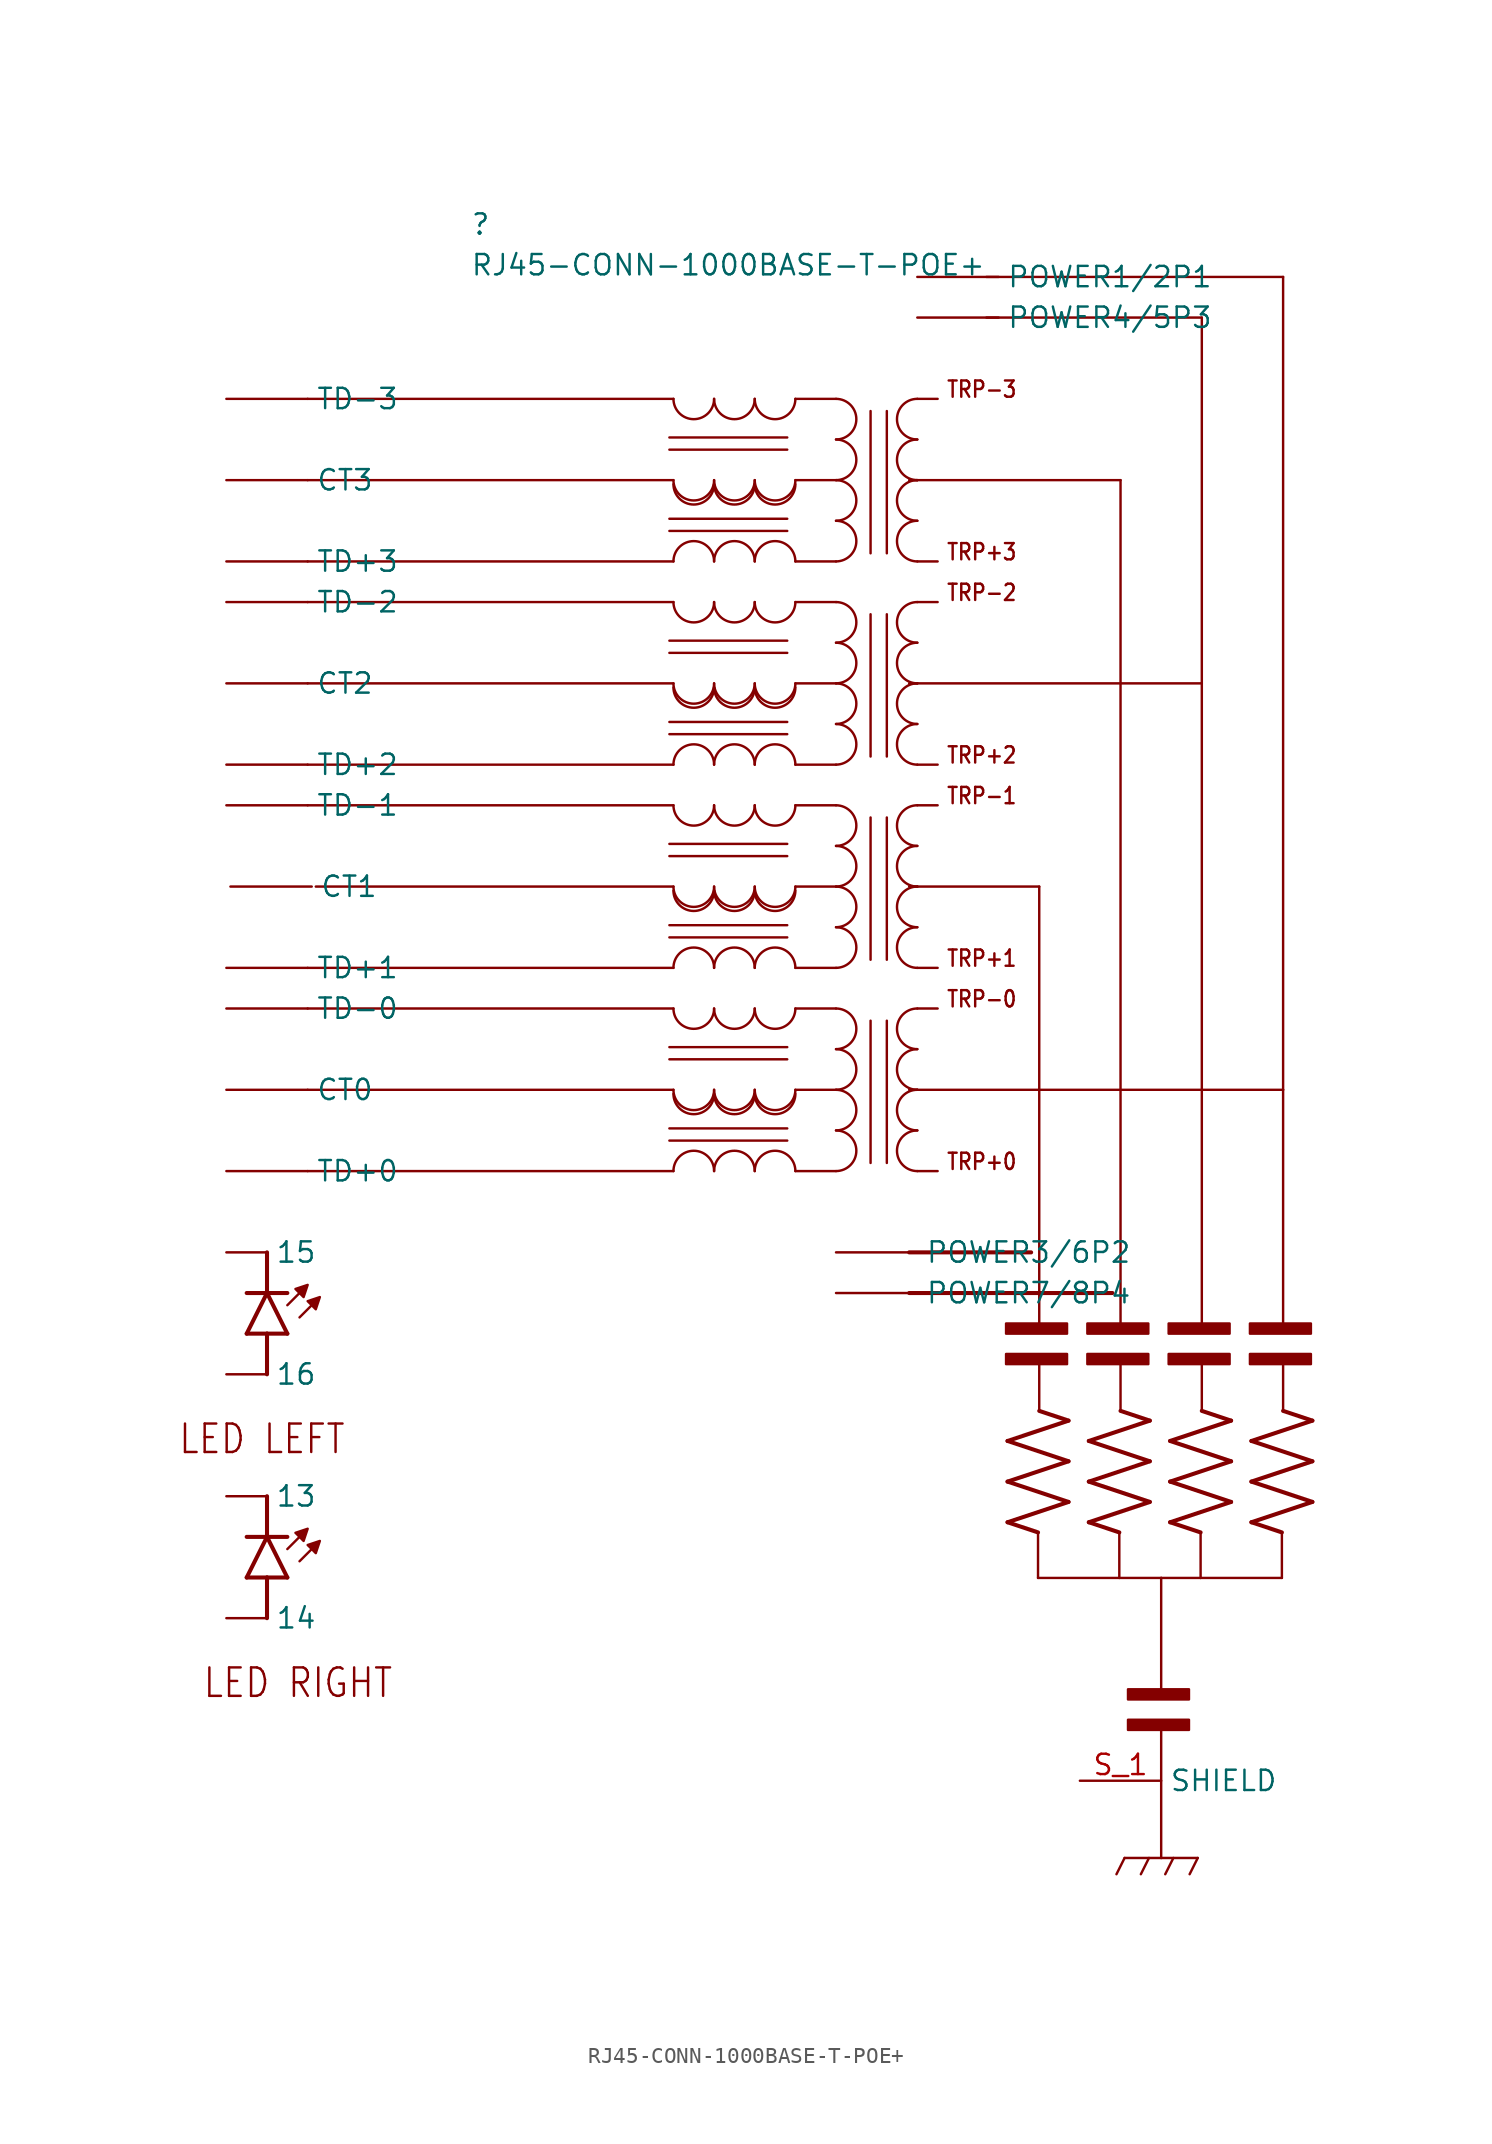
<source format=kicad_sym>
(kicad_symbol_lib
  (version 20211014)
  (generator kicad_symbol_editor)
  (symbol "RJ45-CONN-1000BASE-T-POE+"
    (pin_names)
    (property "Reference" ""
      (at -30.48 50.8 0)
      (effects (font (size 1.27 1.27)) (justify left bottom)))
    (property "Value" "RJ45-CONN-1000BASE-T-POE+"
      (at -30.48 48.26 0)
      (effects (font (size 1.27 1.27)) (justify left bottom)))
    (property "Datasheet" ""
      (at 0 0 0))
    (property "ki_fp_filters" "FlashPCB_Connectors:RJ45_THT_RA_MOLEX-0857891006"
      (at 0 0 0))
    (symbol "RJ45-CONN-1000BASE-T-POE+_1_1"
      (text "TRP-3" (at -0.762 40.64 0) (effects (font (size 1.016 0.869)) (justify left bottom)))
      (text "TRP+3" (at -0.762 30.48 0) (effects (font (size 1.016 0.869)) (justify left bottom)))
      (text "TRP-2" (at -0.762 27.94 0) (effects (font (size 1.016 0.869)) (justify left bottom)))
      (text "TRP+2" (at -0.762 17.78 0) (effects (font (size 1.016 0.869)) (justify left bottom)))
      (text "TRP-1" (at -0.762 15.24 0) (effects (font (size 1.016 0.869)) (justify left bottom)))
      (text "TRP+1" (at -0.762 5.08 0) (effects (font (size 1.016 0.869)) (justify left bottom)))
      (text "TRP-0" (at -0.762 2.54 0) (effects (font (size 1.016 0.869)) (justify left bottom)))
      (text "TRP+0" (at -0.762 -7.62 0) (effects (font (size 1.016 0.869)) (justify left bottom)))
      (text "LED LEFT" (at -48.768 -25.4 0) (effects (font (size 1.778 1.52)) (justify left bottom)))
      (text "LED RIGHT" (at -47.244 -40.64 0) (effects (font (size 1.778 1.52)) (justify left bottom)))
      (rectangle (start 3.007 -19.685) (end 6.817 -19.05) (stroke (width 0)) (fill (type outline)))
      (rectangle (start 3.007 -17.78) (end 6.817 -17.145) (stroke (width 0)) (fill (type outline)))
      (rectangle (start 8.087 -19.685) (end 11.897 -19.05) (stroke (width 0)) (fill (type outline)))
      (rectangle (start 8.087 -17.78) (end 11.897 -17.145) (stroke (width 0)) (fill (type outline)))
      (rectangle (start 13.167 -19.685) (end 16.977 -19.05) (stroke (width 0)) (fill (type outline)))
      (rectangle (start 13.167 -17.78) (end 16.977 -17.145) (stroke (width 0)) (fill (type outline)))
      (rectangle (start 18.247 -19.685) (end 22.057 -19.05) (stroke (width 0)) (fill (type outline)))
      (rectangle (start 18.247 -17.78) (end 22.057 -17.145) (stroke (width 0)) (fill (type outline)))
      (rectangle (start 10.627 -42.545) (end 14.437 -41.91) (stroke (width 0)) (fill (type outline)))
      (rectangle (start 10.627 -40.64) (end 14.437 -40.005) (stroke (width 0)) (fill (type outline)))
      (polyline (pts (xy -40.132 -16.256) (xy -39.878 -15.494) (xy -40.64 -15.748) (xy -40.132 -16.256)) (stroke (width 0.152) (type default)) (fill (type outline)))
      (polyline (pts (xy -40.894 -15.494) (xy -40.64 -14.732) (xy -41.402 -14.986) (xy -40.894 -15.494)) (stroke (width 0.152) (type default)) (fill (type outline)))
      (polyline (pts (xy -40.132 -31.496) (xy -39.878 -30.734) (xy -40.64 -30.988) (xy -40.132 -31.496)) (stroke (width 0.152) (type default)) (fill (type outline)))
      (polyline (pts (xy -40.894 -30.734) (xy -40.64 -29.972) (xy -41.402 -30.226) (xy -40.894 -30.734)) (stroke (width 0.152) (type default)) (fill (type outline)))
      (arc (start -2.54 38.1) (mid -3.8099999999999996 36.83) (end -2.54 35.56) (stroke (width 0.1524) (type default)) (fill (type none)))
      (arc (start -2.54 35.56) (mid -3.8099999999999996 34.290000000000006) (end -2.54 33.02) (stroke (width 0.1524) (type default)) (fill (type none)))
      (arc (start -2.54 33.02) (mid -3.8100000000000014 31.75) (end -2.54 30.48) (stroke (width 0.1524) (type default)) (fill (type none)))
      (polyline (pts (xy -5.461 39.878) (xy -5.461 30.988)) (stroke (width 0.152)) (fill (type none)))
      (polyline (pts (xy -4.445 39.878) (xy -4.445 30.988)) (stroke (width 0.152)) (fill (type none)))
      (arc (start -2.54 40.64) (mid -3.8099999999999996 39.370000000000005) (end -2.54 38.1) (stroke (width 0.1524) (type default)) (fill (type none)))
      (arc (start -7.62 35.56) (mid -6.3500000000000005 36.83) (end -7.62 38.1) (stroke (width 0.1524) (type default)) (fill (type none)))
      (arc (start -7.62 33.02) (mid -6.3500000000000005 34.290000000000006) (end -7.62 35.56) (stroke (width 0.1524) (type default)) (fill (type none)))
      (arc (start -7.62 30.48) (mid -6.349999999999999 31.75) (end -7.62 33.02) (stroke (width 0.1524) (type default)) (fill (type none)))
      (arc (start -7.62 38.1) (mid -6.3500000000000005 39.370000000000005) (end -7.62 40.64) (stroke (width 0.1524) (type default)) (fill (type none)))
      (arc (start -15.24 35.56) (mid -13.969999999999999 34.29) (end -12.7 35.56) (stroke (width 0.1524) (type default)) (fill (type none)))
      (arc (start -17.78 35.56) (mid -16.51 34.29) (end -15.24 35.56) (stroke (width 0.1524) (type default)) (fill (type none)))
      (arc (start -12.7 35.56) (mid -11.43 34.290000000000006) (end -10.16 35.56) (stroke (width 0.1524) (type default)) (fill (type none)))
      (polyline (pts (xy -10.16 35.56) (xy -7.62 35.56)) (stroke (width 0.152)) (fill (type none)))
      (arc (start -15.24 40.64) (mid -13.969999999999999 39.37) (end -12.7 40.64) (stroke (width 0.1524) (type default)) (fill (type none)))
      (arc (start -17.78 40.64) (mid -16.51 39.37) (end -15.24 40.64) (stroke (width 0.1524) (type default)) (fill (type none)))
      (arc (start -12.7 40.64) (mid -11.43 39.370000000000005) (end -10.16 40.64) (stroke (width 0.1524) (type default)) (fill (type none)))
      (polyline (pts (xy -10.16 40.64) (xy -7.62 40.64)) (stroke (width 0.152)) (fill (type none)))
      (polyline (pts (xy -10.668 37.465) (xy -18.034 37.465)) (stroke (width 0.152)) (fill (type none)))
      (polyline (pts (xy -10.668 38.227) (xy -18.034 38.227)) (stroke (width 0.152)) (fill (type none)))
      (arc (start -12.7 30.48) (mid -13.969999999999999 31.75) (end -15.24 30.48) (stroke (width 0.1524) (type default)) (fill (type none)))
      (arc (start -15.24 30.48) (mid -16.51 31.75) (end -17.78 30.48) (stroke (width 0.1524) (type default)) (fill (type none)))
      (arc (start -10.16 30.48) (mid -11.43 31.75) (end -12.7 30.48) (stroke (width 0.1524) (type default)) (fill (type none)))
      (polyline (pts (xy -10.16 30.48) (xy -7.62 30.48)) (stroke (width 0.152)) (fill (type none)))
      (polyline (pts (xy -10.668 32.385) (xy -18.034 32.385)) (stroke (width 0.152)) (fill (type none)))
      (polyline (pts (xy -10.668 33.147) (xy -18.034 33.147)) (stroke (width 0.152)) (fill (type none)))
      (polyline (pts (xy -3.048 35.56) (xy -2.54 35.56)) (stroke (width 0.152)) (fill (type none)))
      (polyline (pts (xy -2.54 35.56) (xy 10.16 35.56)) (stroke (width 0.152)) (fill (type none)))
      (polyline (pts (xy 3.099 -29.566) (xy 6.909 -28.296)) (stroke (width 0.254)) (fill (type none)))
      (polyline (pts (xy 6.909 -28.296) (xy 3.099 -27.026)) (stroke (width 0.254)) (fill (type none)))
      (polyline (pts (xy 3.099 -27.026) (xy 6.909 -25.756)) (stroke (width 0.254)) (fill (type none)))
      (polyline (pts (xy 6.909 -25.756) (xy 3.099 -24.486)) (stroke (width 0.254)) (fill (type none)))
      (polyline (pts (xy 3.099 -24.486) (xy 6.909 -23.216)) (stroke (width 0.254)) (fill (type none)))
      (polyline (pts (xy 6.909 -23.216) (xy 5.08 -22.606)) (stroke (width 0.254)) (fill (type none)))
      (polyline (pts (xy 5.004 -30.201) (xy 3.099 -29.566)) (stroke (width 0.254)) (fill (type none)))
      (polyline (pts (xy 5.08 -17.272) (xy 5.08 10.16)) (stroke (width 0.152)) (fill (type none)))
      (polyline (pts (xy 5.08 -22.606) (xy 5.08 -19.558)) (stroke (width 0.152)) (fill (type none)))
      (polyline (pts (xy 8.179 -29.566) (xy 11.989 -28.296)) (stroke (width 0.254)) (fill (type none)))
      (polyline (pts (xy 11.989 -28.296) (xy 8.179 -27.026)) (stroke (width 0.254)) (fill (type none)))
      (polyline (pts (xy 8.179 -27.026) (xy 11.989 -25.756)) (stroke (width 0.254)) (fill (type none)))
      (polyline (pts (xy 11.989 -25.756) (xy 8.179 -24.486)) (stroke (width 0.254)) (fill (type none)))
      (polyline (pts (xy 8.179 -24.486) (xy 11.989 -23.216)) (stroke (width 0.254)) (fill (type none)))
      (polyline (pts (xy 11.989 -23.216) (xy 10.16 -22.606)) (stroke (width 0.254)) (fill (type none)))
      (polyline (pts (xy 10.084 -30.201) (xy 8.179 -29.566)) (stroke (width 0.254)) (fill (type none)))
      (polyline (pts (xy 10.16 -17.272) (xy 10.16 35.56)) (stroke (width 0.152)) (fill (type none)))
      (polyline (pts (xy 10.16 -22.606) (xy 10.16 -19.558)) (stroke (width 0.152)) (fill (type none)))
      (polyline (pts (xy 13.259 -29.566) (xy 17.069 -28.296)) (stroke (width 0.254)) (fill (type none)))
      (polyline (pts (xy 17.069 -28.296) (xy 13.259 -27.026)) (stroke (width 0.254)) (fill (type none)))
      (polyline (pts (xy 13.259 -27.026) (xy 17.069 -25.756)) (stroke (width 0.254)) (fill (type none)))
      (polyline (pts (xy 17.069 -25.756) (xy 13.259 -24.486)) (stroke (width 0.254)) (fill (type none)))
      (polyline (pts (xy 13.259 -24.486) (xy 17.069 -23.216)) (stroke (width 0.254)) (fill (type none)))
      (polyline (pts (xy 17.069 -23.216) (xy 15.24 -22.606)) (stroke (width 0.254)) (fill (type none)))
      (polyline (pts (xy 15.164 -30.201) (xy 13.259 -29.566)) (stroke (width 0.254)) (fill (type none)))
      (polyline (pts (xy 15.24 -17.272) (xy 15.24 22.86)) (stroke (width 0.152)) (fill (type none)))
      (polyline (pts (xy 15.24 22.86) (xy 15.24 45.72)) (stroke (width 0.152)) (fill (type none)))
      (polyline (pts (xy 15.24 -22.606) (xy 15.24 -19.558)) (stroke (width 0.152)) (fill (type none)))
      (polyline (pts (xy 18.339 -29.566) (xy 22.149 -28.296)) (stroke (width 0.254)) (fill (type none)))
      (polyline (pts (xy 22.149 -28.296) (xy 18.339 -27.026)) (stroke (width 0.254)) (fill (type none)))
      (polyline (pts (xy 18.339 -27.026) (xy 22.149 -25.756)) (stroke (width 0.254)) (fill (type none)))
      (polyline (pts (xy 22.149 -25.756) (xy 18.339 -24.486)) (stroke (width 0.254)) (fill (type none)))
      (polyline (pts (xy 18.339 -24.486) (xy 22.149 -23.216)) (stroke (width 0.254)) (fill (type none)))
      (polyline (pts (xy 22.149 -23.216) (xy 20.32 -22.606)) (stroke (width 0.254)) (fill (type none)))
      (polyline (pts (xy 20.244 -30.201) (xy 18.339 -29.566)) (stroke (width 0.254)) (fill (type none)))
      (polyline (pts (xy 20.32 -17.272) (xy 20.32 -2.54)) (stroke (width 0.152)) (fill (type none)))
      (polyline (pts (xy 20.32 -2.54) (xy 20.32 48.26)) (stroke (width 0.152)) (fill (type none)))
      (polyline (pts (xy 20.32 -22.606) (xy 20.32 -19.558)) (stroke (width 0.152)) (fill (type none)))
      (polyline (pts (xy 12.7 -40.132) (xy 12.7 -33.045)) (stroke (width 0.152)) (fill (type none)))
      (polyline (pts (xy 12.7 -50.546) (xy 12.7 -42.418)) (stroke (width 0.152)) (fill (type none)))
      (polyline (pts (xy 5.004 -30.201) (xy 5.004 -33.045)) (stroke (width 0.152)) (fill (type none)))
      (polyline (pts (xy 5.004 -33.045) (xy 10.084 -33.045)) (stroke (width 0.152)) (fill (type none)))
      (polyline (pts (xy 10.084 -33.045) (xy 12.7 -33.045)) (stroke (width 0.152)) (fill (type none)))
      (polyline (pts (xy 10.084 -30.226) (xy 10.084 -33.045)) (stroke (width 0.152)) (fill (type none)))
      (polyline (pts (xy 12.7 -33.045) (xy 15.164 -33.045)) (stroke (width 0.152)) (fill (type none)))
      (polyline (pts (xy 15.164 -33.045) (xy 15.164 -30.226)) (stroke (width 0.152)) (fill (type none)))
      (polyline (pts (xy 15.164 -33.045) (xy 20.244 -33.045)) (stroke (width 0.152)) (fill (type none)))
      (polyline (pts (xy 20.244 -33.045) (xy 20.244 -30.226)) (stroke (width 0.152)) (fill (type none)))
      (polyline (pts (xy 12.7 -50.546) (xy 10.414 -50.546)) (stroke (width 0.152)) (fill (type none)))
      (polyline (pts (xy 12.7 -50.546) (xy 14.986 -50.546)) (stroke (width 0.152)) (fill (type none)))
      (polyline (pts (xy 10.414 -50.546) (xy 9.906 -51.562)) (stroke (width 0.152)) (fill (type none)))
      (polyline (pts (xy 11.938 -50.546) (xy 11.43 -51.562)) (stroke (width 0.152)) (fill (type none)))
      (polyline (pts (xy 13.462 -50.546) (xy 12.954 -51.562)) (stroke (width 0.152)) (fill (type none)))
      (polyline (pts (xy 14.986 -50.546) (xy 14.478 -51.562)) (stroke (width 0.152)) (fill (type none)))
      (polyline (pts (xy 15.24 45.72) (xy 1.778 45.72)) (stroke (width 0.152)) (fill (type none)))
      (polyline (pts (xy 20.32 48.26) (xy 1.778 48.26)) (stroke (width 0.152)) (fill (type none)))
      (polyline (pts (xy -17.78 40.64) (xy -40.64 40.64)) (stroke (width 0.152)) (fill (type none)))
      (polyline (pts (xy -17.78 35.56) (xy -40.64 35.56)) (stroke (width 0.152)) (fill (type none)))
      (polyline (pts (xy -17.78 30.48) (xy -40.64 30.48)) (stroke (width 0.152)) (fill (type none)))
      (polyline (pts (xy -2.54 40.64) (xy -1.27 40.64)) (stroke (width 0.152)) (fill (type none)))
      (polyline (pts (xy -44.45 -17.78) (xy -43.18 -15.24)) (stroke (width 0.254)) (fill (type none)))
      (polyline (pts (xy -43.18 -15.24) (xy -41.91 -17.78)) (stroke (width 0.254)) (fill (type none)))
      (polyline (pts (xy -44.45 -15.24) (xy -43.18 -15.24)) (stroke (width 0.254)) (fill (type none)))
      (polyline (pts (xy -43.18 -15.24) (xy -41.91 -15.24)) (stroke (width 0.254)) (fill (type none)))
      (polyline (pts (xy -44.45 -17.78) (xy -43.18 -17.78)) (stroke (width 0.254)) (fill (type none)))
      (polyline (pts (xy -43.18 -17.78) (xy -41.91 -17.78)) (stroke (width 0.254)) (fill (type none)))
      (polyline (pts (xy -41.148 -16.764) (xy -40.259 -15.875)) (stroke (width 0.152)) (fill (type none)))
      (polyline (pts (xy -41.91 -16.002) (xy -41.021 -15.113)) (stroke (width 0.152)) (fill (type none)))
      (polyline (pts (xy -43.18 -15.24) (xy -43.18 -12.7)) (stroke (width 0.254)) (fill (type none)))
      (polyline (pts (xy -43.18 -17.78) (xy -43.18 -20.32)) (stroke (width 0.254)) (fill (type none)))
      (polyline (pts (xy 4.572 -12.7) (xy -3.048 -12.7)) (stroke (width 0.254)) (fill (type none)))
      (polyline (pts (xy 9.652 -15.24) (xy -3.048 -15.24)) (stroke (width 0.254)) (fill (type none)))
      (arc (start -15.24 35.306) (mid -13.969999999999999 34.035999999999994) (end -12.7 35.306) (stroke (width 0.1524) (type default)) (fill (type none)))
      (arc (start -17.78 35.306) (mid -16.51 34.035999999999994) (end -15.24 35.306) (stroke (width 0.1524) (type default)) (fill (type none)))
      (arc (start -12.7 35.306) (mid -11.43 34.036) (end -10.16 35.306) (stroke (width 0.1524) (type default)) (fill (type none)))
      (arc (start -2.54 25.4) (mid -3.8099999999999996 24.13) (end -2.54 22.86) (stroke (width 0.1524) (type default)) (fill (type none)))
      (arc (start -2.54 22.86) (mid -3.8099999999999996 21.59) (end -2.54 20.32) (stroke (width 0.1524) (type default)) (fill (type none)))
      (arc (start -2.54 20.32) (mid -3.8099999999999996 19.05) (end -2.54 17.78) (stroke (width 0.1524) (type default)) (fill (type none)))
      (polyline (pts (xy -5.461 27.178) (xy -5.461 18.288)) (stroke (width 0.152)) (fill (type none)))
      (polyline (pts (xy -4.445 27.178) (xy -4.445 18.288)) (stroke (width 0.152)) (fill (type none)))
      (arc (start -2.54 27.94) (mid -3.8100000000000014 26.67) (end -2.54 25.4) (stroke (width 0.1524) (type default)) (fill (type none)))
      (arc (start -7.62 22.86) (mid -6.3500000000000005 24.13) (end -7.62 25.4) (stroke (width 0.1524) (type default)) (fill (type none)))
      (arc (start -7.62 20.32) (mid -6.3500000000000005 21.59) (end -7.62 22.86) (stroke (width 0.1524) (type default)) (fill (type none)))
      (arc (start -7.62 17.78) (mid -6.3500000000000005 19.05) (end -7.62 20.32) (stroke (width 0.1524) (type default)) (fill (type none)))
      (arc (start -7.62 25.4) (mid -6.349999999999999 26.67) (end -7.62 27.94) (stroke (width 0.1524) (type default)) (fill (type none)))
      (arc (start -15.24 22.86) (mid -13.969999999999999 21.59) (end -12.7 22.86) (stroke (width 0.1524) (type default)) (fill (type none)))
      (arc (start -17.78 22.86) (mid -16.51 21.59) (end -15.24 22.86) (stroke (width 0.1524) (type default)) (fill (type none)))
      (arc (start -12.7 22.86) (mid -11.43 21.59) (end -10.16 22.86) (stroke (width 0.1524) (type default)) (fill (type none)))
      (polyline (pts (xy -10.16 22.86) (xy -7.62 22.86)) (stroke (width 0.152)) (fill (type none)))
      (arc (start -15.24 27.94) (mid -13.969999999999999 26.67) (end -12.7 27.94) (stroke (width 0.1524) (type default)) (fill (type none)))
      (arc (start -17.78 27.94) (mid -16.51 26.67) (end -15.24 27.94) (stroke (width 0.1524) (type default)) (fill (type none)))
      (arc (start -12.7 27.94) (mid -11.43 26.67) (end -10.16 27.94) (stroke (width 0.1524) (type default)) (fill (type none)))
      (polyline (pts (xy -10.16 27.94) (xy -7.62 27.94)) (stroke (width 0.152)) (fill (type none)))
      (polyline (pts (xy -10.668 24.765) (xy -18.034 24.765)) (stroke (width 0.152)) (fill (type none)))
      (polyline (pts (xy -10.668 25.527) (xy -18.034 25.527)) (stroke (width 0.152)) (fill (type none)))
      (arc (start -12.7 17.78) (mid -13.969999999999999 19.05) (end -15.24 17.78) (stroke (width 0.1524) (type default)) (fill (type none)))
      (arc (start -15.24 17.78) (mid -16.51 19.05) (end -17.78 17.78) (stroke (width 0.1524) (type default)) (fill (type none)))
      (arc (start -10.16 17.78) (mid -11.43 19.05) (end -12.7 17.78) (stroke (width 0.1524) (type default)) (fill (type none)))
      (polyline (pts (xy -10.16 17.78) (xy -7.62 17.78)) (stroke (width 0.152)) (fill (type none)))
      (polyline (pts (xy -10.668 19.685) (xy -18.034 19.685)) (stroke (width 0.152)) (fill (type none)))
      (polyline (pts (xy -10.668 20.447) (xy -18.034 20.447)) (stroke (width 0.152)) (fill (type none)))
      (polyline (pts (xy -3.048 22.86) (xy -2.54 22.86)) (stroke (width 0.152)) (fill (type none)))
      (polyline (pts (xy -2.54 22.86) (xy 15.24 22.86)) (stroke (width 0.152)) (fill (type none)))
      (polyline (pts (xy -17.78 27.94) (xy -40.64 27.94)) (stroke (width 0.152)) (fill (type none)))
      (polyline (pts (xy -17.78 22.86) (xy -40.64 22.86)) (stroke (width 0.152)) (fill (type none)))
      (polyline (pts (xy -17.78 17.78) (xy -40.64 17.78)) (stroke (width 0.152)) (fill (type none)))
      (polyline (pts (xy -2.54 27.94) (xy -1.27 27.94)) (stroke (width 0.152)) (fill (type none)))
      (arc (start -15.24 22.606) (mid -13.969999999999999 21.336000000000002) (end -12.7 22.606) (stroke (width 0.1524) (type default)) (fill (type none)))
      (arc (start -17.78 22.606) (mid -16.51 21.336000000000002) (end -15.24 22.606) (stroke (width 0.1524) (type default)) (fill (type none)))
      (arc (start -12.7 22.606) (mid -11.43 21.336000000000002) (end -10.16 22.606) (stroke (width 0.1524) (type default)) (fill (type none)))
      (polyline (pts (xy -2.54 17.78) (xy -1.27 17.78)) (stroke (width 0.152)) (fill (type none)))
      (arc (start -2.54 12.7) (mid -3.8099999999999996 11.43) (end -2.54 10.16) (stroke (width 0.1524) (type default)) (fill (type none)))
      (arc (start -2.54 10.16) (mid -3.81 8.89) (end -2.54 7.62) (stroke (width 0.1524) (type default)) (fill (type none)))
      (arc (start -2.54 7.62) (mid -3.81 6.35) (end -2.54 5.08) (stroke (width 0.1524) (type default)) (fill (type none)))
      (polyline (pts (xy -5.461 14.478) (xy -5.461 5.588)) (stroke (width 0.152)) (fill (type none)))
      (polyline (pts (xy -4.445 14.478) (xy -4.445 5.588)) (stroke (width 0.152)) (fill (type none)))
      (arc (start -2.54 15.24) (mid -3.8100000000000005 13.969999999999999) (end -2.54 12.7) (stroke (width 0.1524) (type default)) (fill (type none)))
      (arc (start -7.62 10.16) (mid -6.3500000000000005 11.43) (end -7.62 12.7) (stroke (width 0.1524) (type default)) (fill (type none)))
      (arc (start -7.62 7.62) (mid -6.35 8.89) (end -7.62 10.16) (stroke (width 0.1524) (type default)) (fill (type none)))
      (arc (start -7.62 5.08) (mid -6.35 6.35) (end -7.62 7.62) (stroke (width 0.1524) (type default)) (fill (type none)))
      (arc (start -7.62 12.7) (mid -6.35 13.969999999999999) (end -7.62 15.24) (stroke (width 0.1524) (type default)) (fill (type none)))
      (arc (start -15.24 10.16) (mid -13.969999999999999 8.89) (end -12.7 10.16) (stroke (width 0.1524) (type default)) (fill (type none)))
      (arc (start -17.78 10.16) (mid -16.51 8.89) (end -15.24 10.16) (stroke (width 0.1524) (type default)) (fill (type none)))
      (arc (start -12.7 10.16) (mid -11.43 8.89) (end -10.16 10.16) (stroke (width 0.1524) (type default)) (fill (type none)))
      (polyline (pts (xy -10.16 10.16) (xy -7.62 10.16)) (stroke (width 0.152)) (fill (type none)))
      (arc (start -15.24 15.24) (mid -13.969999999999999 13.969999999999999) (end -12.7 15.24) (stroke (width 0.1524) (type default)) (fill (type none)))
      (arc (start -17.78 15.24) (mid -16.51 13.969999999999999) (end -15.24 15.24) (stroke (width 0.1524) (type default)) (fill (type none)))
      (arc (start -12.7 15.24) (mid -11.43 13.97) (end -10.16 15.24) (stroke (width 0.1524) (type default)) (fill (type none)))
      (polyline (pts (xy -10.16 15.24) (xy -7.62 15.24)) (stroke (width 0.152)) (fill (type none)))
      (polyline (pts (xy -10.668 12.065) (xy -18.034 12.065)) (stroke (width 0.152)) (fill (type none)))
      (polyline (pts (xy -10.668 12.827) (xy -18.034 12.827)) (stroke (width 0.152)) (fill (type none)))
      (arc (start -12.7 5.08) (mid -13.969999999999999 6.3500000000000005) (end -15.24 5.08) (stroke (width 0.1524) (type default)) (fill (type none)))
      (arc (start -15.24 5.08) (mid -16.51 6.3500000000000005) (end -17.78 5.08) (stroke (width 0.1524) (type default)) (fill (type none)))
      (arc (start -10.16 5.08) (mid -11.43 6.35) (end -12.7 5.08) (stroke (width 0.1524) (type default)) (fill (type none)))
      (polyline (pts (xy -10.16 5.08) (xy -7.62 5.08)) (stroke (width 0.152)) (fill (type none)))
      (polyline (pts (xy -10.668 6.985) (xy -18.034 6.985)) (stroke (width 0.152)) (fill (type none)))
      (polyline (pts (xy -10.668 7.747) (xy -18.034 7.747)) (stroke (width 0.152)) (fill (type none)))
      (polyline (pts (xy -3.048 10.16) (xy -2.54 10.16)) (stroke (width 0.152)) (fill (type none)))
      (polyline (pts (xy -17.78 15.24) (xy -40.64 15.24)) (stroke (width 0.152)) (fill (type none)))
      (polyline (pts (xy -17.78 10.16) (xy -40.132 10.16)) (stroke (width 0.152)) (fill (type none)))
      (polyline (pts (xy -17.78 5.08) (xy -40.64 5.08)) (stroke (width 0.152)) (fill (type none)))
      (polyline (pts (xy -2.54 15.24) (xy -1.27 15.24)) (stroke (width 0.152)) (fill (type none)))
      (arc (start -15.24 9.906) (mid -13.969999999999999 8.636) (end -12.7 9.906) (stroke (width 0.1524) (type default)) (fill (type none)))
      (arc (start -17.78 9.906) (mid -16.51 8.636) (end -15.24 9.906) (stroke (width 0.1524) (type default)) (fill (type none)))
      (arc (start -12.7 9.906) (mid -11.43 8.636000000000001) (end -10.16 9.906) (stroke (width 0.1524) (type default)) (fill (type none)))
      (polyline (pts (xy -2.54 5.08) (xy -1.27 5.08)) (stroke (width 0.152)) (fill (type none)))
      (arc (start -2.54 0) (mid -3.81 -1.27) (end -2.54 -2.54) (stroke (width 0.1524) (type default)) (fill (type none)))
      (arc (start -2.54 -2.54) (mid -3.81 -3.81) (end -2.54 -5.08) (stroke (width 0.1524) (type default)) (fill (type none)))
      (arc (start -2.54 -5.08) (mid -3.81 -6.35) (end -2.54 -7.62) (stroke (width 0.1524) (type default)) (fill (type none)))
      (polyline (pts (xy -5.461 1.778) (xy -5.461 -7.112)) (stroke (width 0.152)) (fill (type none)))
      (polyline (pts (xy -4.445 1.778) (xy -4.445 -7.112)) (stroke (width 0.152)) (fill (type none)))
      (arc (start -2.54 2.54) (mid -3.81 1.27) (end -2.54 0) (stroke (width 0.1524) (type default)) (fill (type none)))
      (arc (start -7.62 -2.54) (mid -6.35 -1.27) (end -7.62 0) (stroke (width 0.1524) (type default)) (fill (type none)))
      (arc (start -7.62 -5.08) (mid -6.35 -3.81) (end -7.62 -2.54) (stroke (width 0.1524) (type default)) (fill (type none)))
      (arc (start -7.62 -7.62) (mid -6.35 -6.35) (end -7.62 -5.08) (stroke (width 0.1524) (type default)) (fill (type none)))
      (arc (start -7.62 0) (mid -6.35 1.27) (end -7.62 2.54) (stroke (width 0.1524) (type default)) (fill (type none)))
      (arc (start -15.24 -2.54) (mid -13.969999999999999 -3.8100000000000005) (end -12.7 -2.54) (stroke (width 0.1524) (type default)) (fill (type none)))
      (arc (start -17.78 -2.54) (mid -16.51 -3.8100000000000005) (end -15.24 -2.54) (stroke (width 0.1524) (type default)) (fill (type none)))
      (arc (start -12.7 -2.54) (mid -11.43 -3.8099999999999996) (end -10.16 -2.54) (stroke (width 0.1524) (type default)) (fill (type none)))
      (polyline (pts (xy -10.16 -2.54) (xy -7.62 -2.54)) (stroke (width 0.152)) (fill (type none)))
      (arc (start -15.24 2.54) (mid -13.969999999999999 1.2699999999999996) (end -12.7 2.54) (stroke (width 0.1524) (type default)) (fill (type none)))
      (arc (start -17.78 2.54) (mid -16.51 1.2699999999999996) (end -15.24 2.54) (stroke (width 0.1524) (type default)) (fill (type none)))
      (arc (start -12.7 2.54) (mid -11.43 1.2700000000000005) (end -10.16 2.54) (stroke (width 0.1524) (type default)) (fill (type none)))
      (polyline (pts (xy -10.16 2.54) (xy -7.62 2.54)) (stroke (width 0.152)) (fill (type none)))
      (polyline (pts (xy -10.668 -0.635) (xy -18.034 -0.635)) (stroke (width 0.152)) (fill (type none)))
      (polyline (pts (xy -10.668 0.127) (xy -18.034 0.127)) (stroke (width 0.152)) (fill (type none)))
      (arc (start -12.7 -7.62) (mid -13.969999999999999 -6.35) (end -15.24 -7.62) (stroke (width 0.1524) (type default)) (fill (type none)))
      (arc (start -15.24 -7.62) (mid -16.51 -6.35) (end -17.78 -7.62) (stroke (width 0.1524) (type default)) (fill (type none)))
      (arc (start -10.16 -7.62) (mid -11.43 -6.3500000000000005) (end -12.7 -7.62) (stroke (width 0.1524) (type default)) (fill (type none)))
      (polyline (pts (xy -10.16 -7.62) (xy -7.62 -7.62)) (stroke (width 0.152)) (fill (type none)))
      (polyline (pts (xy -10.668 -5.715) (xy -18.034 -5.715)) (stroke (width 0.152)) (fill (type none)))
      (polyline (pts (xy -10.668 -4.953) (xy -18.034 -4.953)) (stroke (width 0.152)) (fill (type none)))
      (polyline (pts (xy -3.048 -2.54) (xy -2.54 -2.54)) (stroke (width 0.152)) (fill (type none)))
      (polyline (pts (xy -2.54 -2.54) (xy 20.32 -2.54)) (stroke (width 0.152)) (fill (type none)))
      (polyline (pts (xy -17.78 2.54) (xy -40.64 2.54)) (stroke (width 0.152)) (fill (type none)))
      (polyline (pts (xy -17.78 -2.54) (xy -40.64 -2.54)) (stroke (width 0.152)) (fill (type none)))
      (polyline (pts (xy -17.78 -7.62) (xy -40.64 -7.62)) (stroke (width 0.152)) (fill (type none)))
      (polyline (pts (xy -2.54 2.54) (xy -1.27 2.54)) (stroke (width 0.152)) (fill (type none)))
      (arc (start -15.24 -2.794) (mid -13.969999999999999 -4.064) (end -12.7 -2.794) (stroke (width 0.1524) (type default)) (fill (type none)))
      (arc (start -17.78 -2.794) (mid -16.51 -4.064) (end -15.24 -2.794) (stroke (width 0.1524) (type default)) (fill (type none)))
      (arc (start -12.7 -2.794) (mid -11.43 -4.064) (end -10.16 -2.794) (stroke (width 0.1524) (type default)) (fill (type none)))
      (polyline (pts (xy -2.54 -7.62) (xy -1.27 -7.62)) (stroke (width 0.152)) (fill (type none)))
      (polyline (pts (xy -2.54 30.48) (xy -1.27 30.48)) (stroke (width 0.152)) (fill (type none)))
      (polyline (pts (xy -2.54 10.16) (xy 5.08 10.16)) (stroke (width 0.152)) (fill (type none)))
      (polyline (pts (xy -44.45 -33.02) (xy -43.18 -30.48)) (stroke (width 0.254)) (fill (type none)))
      (polyline (pts (xy -43.18 -30.48) (xy -41.91 -33.02)) (stroke (width 0.254)) (fill (type none)))
      (polyline (pts (xy -44.45 -30.48) (xy -43.18 -30.48)) (stroke (width 0.254)) (fill (type none)))
      (polyline (pts (xy -43.18 -30.48) (xy -41.91 -30.48)) (stroke (width 0.254)) (fill (type none)))
      (polyline (pts (xy -44.45 -33.02) (xy -43.18 -33.02)) (stroke (width 0.254)) (fill (type none)))
      (polyline (pts (xy -43.18 -33.02) (xy -41.91 -33.02)) (stroke (width 0.254)) (fill (type none)))
      (polyline (pts (xy -41.148 -32.004) (xy -40.259 -31.115)) (stroke (width 0.152)) (fill (type none)))
      (polyline (pts (xy -41.91 -31.242) (xy -41.021 -30.353)) (stroke (width 0.152)) (fill (type none)))
      (polyline (pts (xy -43.18 -30.48) (xy -43.18 -27.94)) (stroke (width 0.254)) (fill (type none)))
      (polyline (pts (xy -43.18 -33.02) (xy -43.18 -35.56)) (stroke (width 0.254)) (fill (type none)))
      (circle private (center 0 0) (radius 0.254) (stroke (width 0.508) (type default)) (fill (type none)))
      (circle private (center 0 0) (radius 0.254) (stroke (width 0.508) (type default)) (fill (type none)))
      (circle private (center 0 0) (radius 0.254) (stroke (width 0.508) (type default)) (fill (type none)))
      (circle private (center 0 0) (radius 0.254) (stroke (width 0.508) (type default)) (fill (type none)))
      (circle private (center 0 0) (radius 0.254) (stroke (width 0.508) (type default)) (fill (type none)))
      (circle private (center 0 0) (radius 0.254) (stroke (width 0.508) (type default)) (fill (type none)))
      (circle private (center 0 0) (radius 0.254) (stroke (width 0.508) (type default)) (fill (type none)))
      (circle private (center 0 0) (radius 0.254) (stroke (width 0.508) (type default)) (fill (type none)))
      (circle private (center 0 0) (radius 0.254) (stroke (width 0.508) (type default)) (fill (type none)))
      (circle private (center 0 0) (radius 0.254) (stroke (width 0.508) (type default)) (fill (type none)))
      (circle private (center 0 0) (radius 0.254) (stroke (width 0.508) (type default)) (fill (type none)))
      (circle private (center 0 0) (radius 0.254) (stroke (width 0.508) (type default)) (fill (type none)))
      (circle private (center 0 0) (radius 0.254) (stroke (width 0.508) (type default)) (fill (type none)))
      (circle private (center 0 0) (radius 0.254) (stroke (width 0.508) (type default)) (fill (type none)))
      (circle private (center 0 0) (radius 0.254) (stroke (width 0.508) (type default)) (fill (type none)))
      (circle private (center 0 0) (radius 0.254) (stroke (width 0.508) (type default)) (fill (type none)))
      (pin passive line (at -2.54 45.72 0) (length 5.08) (name "POWER4/5P3" (effects (font (size 1.27 1.27)))) (number "PWR_3" (effects (font (size 0 0)))))
      (pin passive line (at -2.54 48.26 0) (length 5.08) (name "POWER1/2P1" (effects (font (size 1.27 1.27)))) (number "PWR_1" (effects (font (size 0 0)))))
      (pin passive line (at -45.72 40.64 0) (length 5.08) (name "TD-3" (effects (font (size 1.27 1.27)))) (number "9" (effects (font (size 0 0)))))
      (pin passive line (at -45.72 35.56 0) (length 5.08) (name "CT3" (effects (font (size 1.27 1.27)))) (number "7" (effects (font (size 0 0)))))
      (pin passive line (at -45.72 30.48 0) (length 5.08) (name "TD+3" (effects (font (size 1.27 1.27)))) (number "8" (effects (font (size 0 0)))))
      (pin passive line (at -45.72 27.94 0) (length 5.08) (name "TD-2" (effects (font (size 1.27 1.27)))) (number "2" (effects (font (size 0 0)))))
      (pin passive line (at -45.72 22.86 0) (length 5.08) (name "CT2" (effects (font (size 1.27 1.27)))) (number "1" (effects (font (size 0 0)))))
      (pin passive line (at -45.72 17.78 0) (length 5.08) (name "TD+2" (effects (font (size 1.27 1.27)))) (number "3" (effects (font (size 0 0)))))
      (pin passive line (at -45.72 15.24 0) (length 5.08) (name "TD-1" (effects (font (size 1.27 1.27)))) (number "5" (effects (font (size 0 0)))))
      (pin passive line (at -45.466 10.16 0) (length 5.08) (name "CT1" (effects (font (size 1.27 1.27)))) (number "6" (effects (font (size 0 0)))))
      (pin passive line (at -45.72 5.08 0) (length 5.08) (name "TD+1" (effects (font (size 1.27 1.27)))) (number "4" (effects (font (size 0 0)))))
      (pin passive line (at -45.72 2.54 0) (length 5.08) (name "TD-0" (effects (font (size 1.27 1.27)))) (number "10" (effects (font (size 0 0)))))
      (pin passive line (at -45.72 -2.54 0) (length 5.08) (name "CT0" (effects (font (size 1.27 1.27)))) (number "12" (effects (font (size 0 0)))))
      (pin passive line (at -45.72 -7.62 0) (length 5.08) (name "TD+0" (effects (font (size 1.27 1.27)))) (number "11" (effects (font (size 0 0)))))
      (pin passive line (at -45.72 -12.7 0) (length 2.54) (name "15" (effects (font (size 1.27 1.27)))) (number "15" (effects (font (size 0 0)))))
      (pin passive line (at -45.72 -20.32 0) (length 2.54) (name "16" (effects (font (size 1.27 1.27)))) (number "16" (effects (font (size 0 0)))))
      (pin passive line (at -7.62 -15.24 0) (length 5.08) (name "POWER7/8P4" (effects (font (size 1.27 1.27)))) (number "PWR_4" (effects (font (size 0 0)))))
      (pin passive line (at -7.62 -12.7 0) (length 5.08) (name "POWER3/6P2" (effects (font (size 1.27 1.27)))) (number "PWR_2" (effects (font (size 0 0)))))
      (pin passive line (at -45.72 -27.94 0) (length 2.54) (name "13" (effects (font (size 1.27 1.27)))) (number "13" (effects (font (size 0 0)))))
      (pin passive line (at -45.72 -35.56 0) (length 2.54) (name "14" (effects (font (size 1.27 1.27)))) (number "14" (effects (font (size 0 0)))))
      (pin bidirectional line (at 7.62 -45.72 0) (length 5.08) (name "SHIELD" (effects (font (size 1.27 1.27)))) (number "S_1" (effects (font (size 1.27 1.27)))))
      (pin bidirectional line (at 7.62 -45.72 0) (length 5.08) hide (name "SHIELD" (effects (font (size 1.27 1.27)))) (number "S_2" (effects (font (size 1.27 1.27))))))))
</source>
